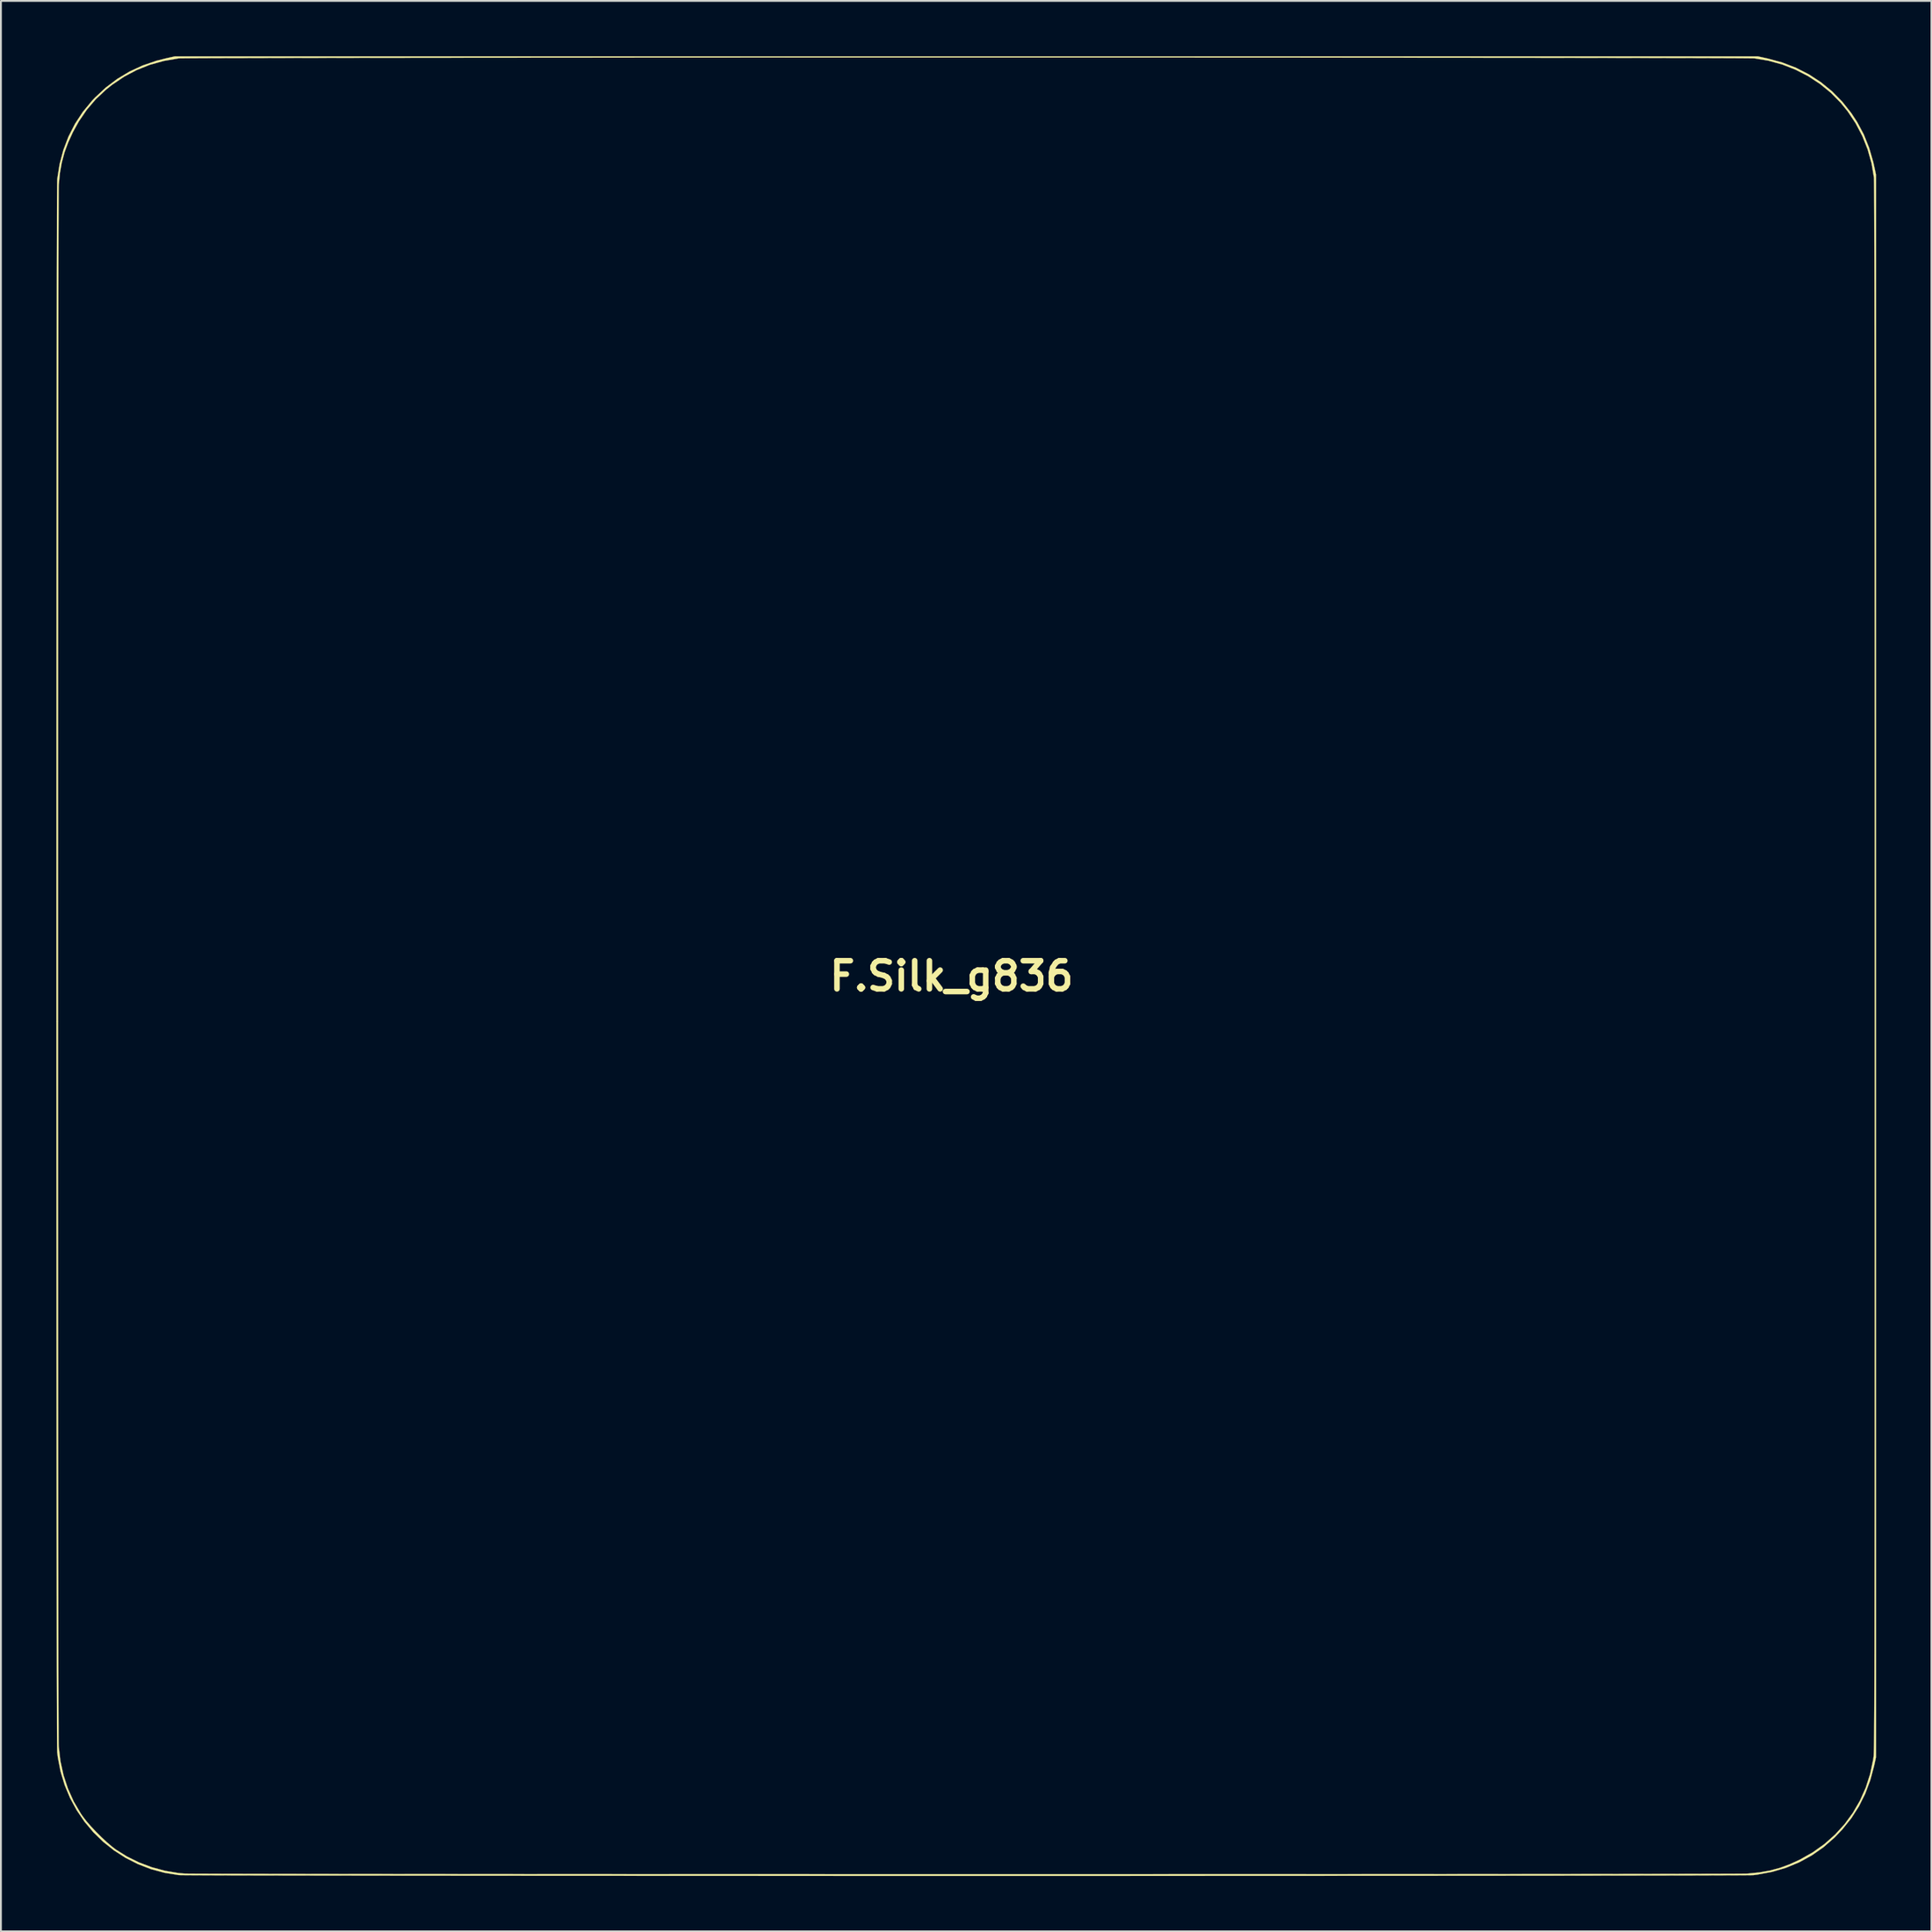
<source format=kicad_pcb>
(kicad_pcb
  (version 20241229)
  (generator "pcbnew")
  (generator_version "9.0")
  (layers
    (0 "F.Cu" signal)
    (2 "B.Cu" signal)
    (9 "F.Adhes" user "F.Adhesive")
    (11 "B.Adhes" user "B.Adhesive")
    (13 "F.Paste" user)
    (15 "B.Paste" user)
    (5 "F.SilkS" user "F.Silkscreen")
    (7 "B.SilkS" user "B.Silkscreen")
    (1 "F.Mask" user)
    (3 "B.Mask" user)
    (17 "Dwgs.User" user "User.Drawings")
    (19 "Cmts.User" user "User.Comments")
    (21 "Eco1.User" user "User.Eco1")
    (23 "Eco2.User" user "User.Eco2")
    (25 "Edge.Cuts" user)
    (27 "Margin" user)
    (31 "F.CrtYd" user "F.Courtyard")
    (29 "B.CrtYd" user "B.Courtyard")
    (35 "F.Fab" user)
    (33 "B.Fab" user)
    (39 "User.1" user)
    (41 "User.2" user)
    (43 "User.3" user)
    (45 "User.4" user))
  (footprint "F.Silk_g836"
    (layer "F.Cu")
    (at 48.478 49.81)
    (property "Reference" "F.Silk_g836" (at 0 0 0) (layer "F.SilkS") (effects (font (size 1.524 1.524) (thickness 0.3))))
    (attr through_hole)
    (fp_poly (pts (xy 44.207 -49.687) (xy 44.988 -49.475) (xy 45.729 -49.19) (xy 46.426 -48.834) (xy 47.077 -48.409) (xy 47.678 -47.918) (xy 48.226 -47.362) (xy 48.717 -46.745) (xy 49.043 -46.249) (xy 49.399 -45.581) (xy 49.688 -44.86) (xy 49.912 -44.086) (xy 49.959 -43.879) (xy 50.059 -43.413) (xy 50.059 42.312) (xy 49.962 42.757) (xy 49.751 43.543) (xy 49.477 44.276) (xy 49.134 44.962) (xy 48.722 45.605) (xy 48.236 46.21) (xy 47.81 46.655) (xy 47.215 47.173) (xy 46.579 47.618) (xy 45.901 47.989) (xy 45.184 48.286) (xy 44.427 48.508) (xy 43.632 48.655) (xy 43.425 48.681) (xy 43.364 48.683) (xy 43.22 48.685) (xy 42.995 48.687) (xy 42.693 48.689) (xy 42.315 48.691) (xy 41.863 48.692) (xy 41.34 48.694) (xy 40.747 48.696) (xy 40.088 48.698) (xy 39.363 48.699) (xy 38.576 48.701) (xy 37.728 48.702) (xy 36.822 48.704) (xy 35.86 48.705) (xy 34.844 48.706) (xy 33.776 48.708) (xy 32.659 48.709) (xy 31.494 48.71) (xy 30.285 48.711) (xy 29.032 48.712) (xy 27.739 48.713) (xy 26.407 48.714) (xy 25.039 48.715) (xy 23.637 48.716) (xy 22.203 48.716) (xy 20.739 48.717) (xy 19.248 48.718) (xy 17.731 48.718) (xy 16.191 48.719) (xy 14.63 48.719) (xy 13.051 48.72) (xy 11.455 48.72) (xy 9.845 48.72) (xy 8.222 48.721) (xy 6.59 48.721) (xy 4.949 48.721) (xy 3.304 48.721) (xy 1.655 48.721) (xy 0.004 48.721) (xy -1.645 48.721) (xy -3.291 48.721) (xy -4.931 48.721) (xy -6.564 48.72) (xy -8.187 48.72) (xy -9.798 48.72) (xy -11.395 48.719) (xy -12.975 48.719) (xy -14.537 48.718) (xy -16.078 48.718) (xy -17.595 48.717) (xy -19.088 48.716) (xy -20.553 48.716) (xy -21.989 48.715) (xy -23.392 48.714) (xy -24.762 48.713) (xy -26.096 48.712) (xy -27.391 48.711) (xy -28.645 48.71) (xy -29.857 48.709) (xy -31.024 48.708) (xy -32.143 48.706) (xy -33.213 48.705) (xy -34.232 48.704) (xy -35.196 48.702) (xy -36.105 48.701) (xy -36.956 48.699) (xy -37.746 48.698) (xy -38.473 48.696) (xy -39.136 48.695) (xy -39.732 48.693) (xy -40.258 48.691) (xy -40.713 48.689) (xy -41.095 48.687) (xy -41.401 48.685) (xy -41.629 48.683) (xy -41.777 48.681) (xy -41.842 48.679) (xy -41.843 48.679) (xy -42.612 48.557) (xy -43.352 48.358) (xy -44.059 48.086) (xy -44.729 47.746) (xy -45.357 47.342) (xy -45.94 46.878) (xy -46.474 46.358) (xy -46.953 45.787) (xy -47.374 45.168) (xy -47.734 44.506) (xy -48.026 43.805) (xy -48.249 43.07) (xy -48.396 42.304) (xy -48.429 42.037) (xy -48.431 41.972) (xy -48.433 41.825) (xy -48.435 41.598) (xy -48.437 41.292) (xy -48.44 40.911) (xy -48.442 40.456) (xy -48.443 39.93) (xy -48.445 39.335) (xy -48.447 38.672) (xy -48.449 37.945) (xy -48.451 37.155) (xy -48.452 36.304) (xy -48.454 35.396) (xy -48.455 34.431) (xy -48.457 33.412) (xy -48.458 32.342) (xy -48.459 31.223) (xy -48.461 30.056) (xy -48.462 28.844) (xy -48.463 27.59) (xy -48.464 26.294) (xy -48.465 24.961) (xy -48.466 23.591) (xy -48.467 22.187) (xy -48.468 20.751) (xy -48.469 19.286) (xy -48.469 17.793) (xy -48.47 16.275) (xy -48.47 14.734) (xy -48.471 13.172) (xy -48.471 11.592) (xy -48.472 9.995) (xy -48.472 8.384) (xy -48.472 6.761) (xy -48.473 5.128) (xy -48.473 3.487) (xy -48.473 1.841) (xy -48.473 0.793) (xy -48.386 0.793) (xy -48.386 2.438) (xy -48.386 4.079) (xy -48.386 5.713) (xy -48.386 7.339) (xy -48.385 8.954) (xy -48.385 10.556) (xy -48.385 12.143) (xy -48.384 13.713) (xy -48.384 15.263) (xy -48.383 16.791) (xy -48.383 18.296) (xy -48.382 19.774) (xy -48.381 21.223) (xy -48.381 22.642) (xy -48.38 24.028) (xy -48.379 25.379) (xy -48.378 26.692) (xy -48.377 27.966) (xy -48.376 29.199) (xy -48.375 30.387) (xy -48.374 31.529) (xy -48.372 32.622) (xy -48.371 33.665) (xy -48.37 34.655) (xy -48.369 35.59) (xy -48.367 36.468) (xy -48.366 37.286) (xy -48.364 38.042) (xy -48.362 38.734) (xy -48.361 39.361) (xy -48.359 39.919) (xy -48.357 40.406) (xy -48.355 40.82) (xy -48.354 41.159) (xy -48.352 41.422) (xy -48.35 41.604) (xy -48.347 41.705) (xy -48.347 41.719) (xy -48.256 42.508) (xy -48.089 43.272) (xy -47.847 44.006) (xy -47.533 44.702) (xy -47.148 45.355) (xy -47.043 45.508) (xy -46.851 45.757) (xy -46.608 46.038) (xy -46.33 46.333) (xy -46.036 46.627) (xy -45.741 46.9) (xy -45.464 47.137) (xy -45.254 47.297) (xy -44.652 47.674) (xy -43.998 47.996) (xy -43.307 48.256) (xy -42.597 48.448) (xy -41.884 48.568) (xy -41.571 48.596) (xy -41.5 48.598) (xy -41.346 48.6) (xy -41.112 48.602) (xy -40.8 48.604) (xy -40.412 48.605) (xy -39.951 48.607) (xy -39.418 48.609) (xy -38.816 48.61) (xy -38.148 48.612) (xy -37.414 48.613) (xy -36.618 48.615) (xy -35.762 48.616) (xy -34.847 48.617) (xy -33.877 48.619) (xy -32.853 48.62) (xy -31.778 48.621) (xy -30.654 48.622) (xy -29.482 48.623) (xy -28.266 48.624) (xy -27.007 48.625) (xy -25.708 48.626) (xy -24.371 48.627) (xy -22.998 48.628) (xy -21.591 48.629) (xy -20.152 48.629) (xy -18.685 48.63) (xy -17.19 48.631) (xy -15.67 48.631) (xy -14.128 48.632) (xy -12.565 48.632) (xy -10.984 48.633) (xy -9.387 48.633) (xy -7.777 48.633) (xy -6.154 48.634) (xy -4.523 48.634) (xy -2.884 48.634) (xy -1.24 48.634) (xy 0.406 48.634) (xy 2.053 48.634) (xy 3.698 48.634) (xy 5.34 48.634) (xy 6.975 48.634) (xy 8.602 48.634) (xy 10.218 48.634) (xy 11.821 48.633) (xy 13.41 48.633) (xy 14.981 48.633) (xy 16.533 48.632) (xy 18.063 48.632) (xy 19.569 48.631) (xy 21.049 48.631) (xy 22.501 48.63) (xy 23.923 48.629) (xy 25.312 48.629) (xy 26.665 48.628) (xy 27.982 48.627) (xy 29.259 48.626) (xy 30.495 48.625) (xy 31.687 48.624) (xy 32.833 48.623) (xy 33.931 48.622) (xy 34.978 48.621) (xy 35.973 48.62) (xy 36.913 48.618) (xy 37.796 48.617) (xy 38.619 48.616) (xy 39.381 48.614) (xy 40.079 48.613) (xy 40.712 48.611) (xy 41.276 48.61) (xy 41.77 48.608) (xy 42.191 48.607) (xy 42.538 48.605) (xy 42.808 48.603) (xy 42.998 48.601) (xy 43.107 48.599) (xy 43.129 48.598) (xy 43.753 48.536) (xy 44.324 48.435) (xy 44.866 48.288) (xy 45.406 48.088) (xy 45.953 47.837) (xy 46.64 47.448) (xy 47.273 46.997) (xy 47.847 46.487) (xy 48.361 45.923) (xy 48.81 45.31) (xy 49.193 44.65) (xy 49.505 43.949) (xy 49.744 43.211) (xy 49.907 42.439) (xy 49.934 42.255) (xy 49.937 42.222) (xy 49.94 42.171) (xy 49.943 42.101) (xy 49.946 42.011) (xy 49.949 41.899) (xy 49.952 41.764) (xy 49.955 41.603) (xy 49.957 41.416) (xy 49.959 41.202) (xy 49.962 40.958) (xy 49.964 40.683) (xy 49.966 40.376) (xy 49.968 40.035) (xy 49.97 39.659) (xy 49.972 39.246) (xy 49.973 38.795) (xy 49.975 38.304) (xy 49.977 37.771) (xy 49.978 37.197) (xy 49.98 36.578) (xy 49.981 35.913) (xy 49.982 35.201) (xy 49.983 34.44) (xy 49.984 33.63) (xy 49.985 32.767) (xy 49.986 31.852) (xy 49.987 30.882) (xy 49.988 29.856) (xy 49.989 28.773) (xy 49.99 27.63) (xy 49.99 26.427) (xy 49.991 25.162) (xy 49.991 23.833) (xy 49.992 22.44) (xy 49.992 20.98) (xy 49.993 19.452) (xy 49.993 17.855) (xy 49.993 16.187) (xy 49.994 14.446) (xy 49.994 12.631) (xy 49.994 10.742) (xy 49.994 8.775) (xy 49.994 6.73) (xy 49.994 4.605) (xy 49.994 2.399) (xy 49.994 0.11) (xy 49.994 -0.529) (xy 49.994 -3.135) (xy 49.994 -5.656) (xy 49.994 -8.093) (xy 49.994 -10.446) (xy 49.994 -12.715) (xy 49.993 -14.901) (xy 49.993 -17.003) (xy 49.992 -19.023) (xy 49.991 -20.96) (xy 49.991 -22.814) (xy 49.99 -24.586) (xy 49.989 -26.276) (xy 49.988 -27.884) (xy 49.987 -29.411) (xy 49.986 -30.857) (xy 49.984 -32.221) (xy 49.983 -33.504) (xy 49.982 -34.707) (xy 49.98 -35.83) (xy 49.979 -36.872) (xy 49.977 -37.835) (xy 49.975 -38.718) (xy 49.973 -39.521) (xy 49.971 -40.246) (xy 49.969 -40.891) (xy 49.967 -41.458) (xy 49.965 -41.947) (xy 49.963 -42.357) (xy 49.96 -42.689) (xy 49.958 -42.944) (xy 49.955 -43.121) (xy 49.953 -43.221) (xy 49.952 -43.242) (xy 49.821 -44.015) (xy 49.611 -44.767) (xy 49.323 -45.491) (xy 48.962 -46.18) (xy 48.53 -46.828) (xy 48.158 -47.285) (xy 47.622 -47.831) (xy 47.03 -48.315) (xy 46.389 -48.735) (xy 45.707 -49.086) (xy 44.989 -49.367) (xy 44.243 -49.573) (xy 43.496 -49.698) (xy 43.433 -49.7) (xy 43.288 -49.702) (xy 43.062 -49.704) (xy 42.759 -49.707) (xy 42.379 -49.709) (xy 41.926 -49.711) (xy 41.402 -49.713) (xy 40.808 -49.715) (xy 40.147 -49.717) (xy 39.422 -49.718) (xy 38.633 -49.72) (xy 37.785 -49.722) (xy 36.877 -49.723) (xy 35.914 -49.725) (xy 34.897 -49.726) (xy 33.829 -49.728) (xy 32.711 -49.729) (xy 31.545 -49.731) (xy 30.335 -49.732) (xy 29.081 -49.733) (xy 27.787 -49.734) (xy 26.454 -49.735) (xy 25.085 -49.736) (xy 23.682 -49.737) (xy 22.247 -49.738) (xy 20.783 -49.739) (xy 19.291 -49.739) (xy 17.773 -49.74) (xy 16.232 -49.741) (xy 14.671 -49.741) (xy 13.091 -49.742) (xy 11.494 -49.742) (xy 9.883 -49.743) (xy 8.259 -49.743) (xy 6.626 -49.743) (xy 4.985 -49.743) (xy 3.338 -49.743) (xy 1.688 -49.744) (xy 0.037 -49.744) (xy -1.613 -49.743) (xy -3.26 -49.743) (xy -4.901 -49.743) (xy -6.535 -49.743) (xy -8.159 -49.743) (xy -9.771 -49.742) (xy -11.369 -49.742) (xy -12.95 -49.741) (xy -14.513 -49.741) (xy -16.055 -49.74) (xy -17.574 -49.739) (xy -19.067 -49.739) (xy -20.534 -49.738) (xy -21.971 -49.737) (xy -23.376 -49.736) (xy -24.747 -49.735) (xy -26.081 -49.734) (xy -27.378 -49.733) (xy -28.634 -49.732) (xy -29.847 -49.73) (xy -31.015 -49.729) (xy -32.136 -49.728) (xy -33.208 -49.726) (xy -34.228 -49.725) (xy -35.194 -49.723) (xy -36.105 -49.722) (xy -36.957 -49.72) (xy -37.749 -49.718) (xy -38.479 -49.716) (xy -39.143 -49.715) (xy -39.741 -49.713) (xy -40.27 -49.711) (xy -40.727 -49.709) (xy -41.111 -49.707) (xy -41.419 -49.704) (xy -41.649 -49.702) (xy -41.799 -49.7) (xy -41.867 -49.697) (xy -41.869 -49.697) (xy -42.664 -49.56) (xy -43.417 -49.35) (xy -44.132 -49.065) (xy -44.811 -48.705) (xy -45.458 -48.267) (xy -45.79 -48.002) (xy -46.34 -47.487) (xy -46.83 -46.914) (xy -47.262 -46.281) (xy -47.583 -45.699) (xy -47.84 -45.138) (xy -48.038 -44.599) (xy -48.184 -44.056) (xy -48.284 -43.484) (xy -48.344 -42.875) (xy -48.347 -42.802) (xy -48.349 -42.647) (xy -48.351 -42.411) (xy -48.352 -42.097) (xy -48.354 -41.708) (xy -48.356 -41.245) (xy -48.358 -40.71) (xy -48.36 -40.107) (xy -48.361 -39.436) (xy -48.363 -38.701) (xy -48.364 -37.904) (xy -48.366 -37.046) (xy -48.367 -36.13) (xy -48.369 -35.158) (xy -48.37 -34.132) (xy -48.371 -33.056) (xy -48.373 -31.93) (xy -48.374 -30.757) (xy -48.375 -29.539) (xy -48.376 -28.279) (xy -48.377 -26.978) (xy -48.378 -25.64) (xy -48.379 -24.265) (xy -48.38 -22.857) (xy -48.381 -21.418) (xy -48.381 -19.949) (xy -48.382 -18.453) (xy -48.383 -16.933) (xy -48.383 -15.39) (xy -48.384 -13.826) (xy -48.384 -12.245) (xy -48.385 -10.647) (xy -48.385 -9.036) (xy -48.385 -7.414) (xy -48.386 -5.782) (xy -48.386 -4.143) (xy -48.386 -2.5) (xy -48.386 -0.853) (xy -48.386 0.793) (xy -48.473 0.793) (xy -48.473 0.192) (xy -48.473 -1.458) (xy -48.473 -3.107) (xy -48.473 -4.753) (xy -48.472 -6.393) (xy -48.472 -8.025) (xy -48.472 -9.647) (xy -48.471 -11.257) (xy -48.471 -12.853) (xy -48.47 -14.432) (xy -48.47 -15.992) (xy -48.469 -17.531) (xy -48.468 -19.047) (xy -48.468 -20.538) (xy -48.467 -22.001) (xy -48.466 -23.434) (xy -48.465 -24.836) (xy -48.464 -26.203) (xy -48.463 -27.533) (xy -48.462 -28.825) (xy -48.461 -30.077) (xy -48.459 -31.285) (xy -48.458 -32.448) (xy -48.457 -33.564) (xy -48.455 -34.63) (xy -48.454 -35.644) (xy -48.452 -36.604) (xy -48.451 -37.508) (xy -48.449 -38.354) (xy -48.447 -39.139) (xy -48.445 -39.861) (xy -48.443 -40.519) (xy -48.442 -41.109) (xy -48.44 -41.629) (xy -48.438 -42.078) (xy -48.435 -42.454) (xy -48.433 -42.753) (xy -48.431 -42.974) (xy -48.429 -43.114) (xy -48.427 -43.171) (xy -48.299 -43.975) (xy -48.095 -44.741) (xy -47.817 -45.469) (xy -47.465 -46.157) (xy -47.039 -46.804) (xy -46.541 -47.408) (xy -46.382 -47.576) (xy -45.797 -48.12) (xy -45.174 -48.589) (xy -44.512 -48.986) (xy -43.806 -49.312) (xy -43.052 -49.57) (xy -42.503 -49.708) (xy -42.058 -49.805) (xy 43.667 -49.805) (xy 44.207 -49.687)) (stroke (width 0.01) (type solid)) (fill yes) (layer "F.SilkS")))
  (gr_rect
    (start -3 -3)
    (end 101.542 101.536)
    (stroke (width 0.1) (type default))
    (fill no)
    (layer "Edge.Cuts")))
</source>
